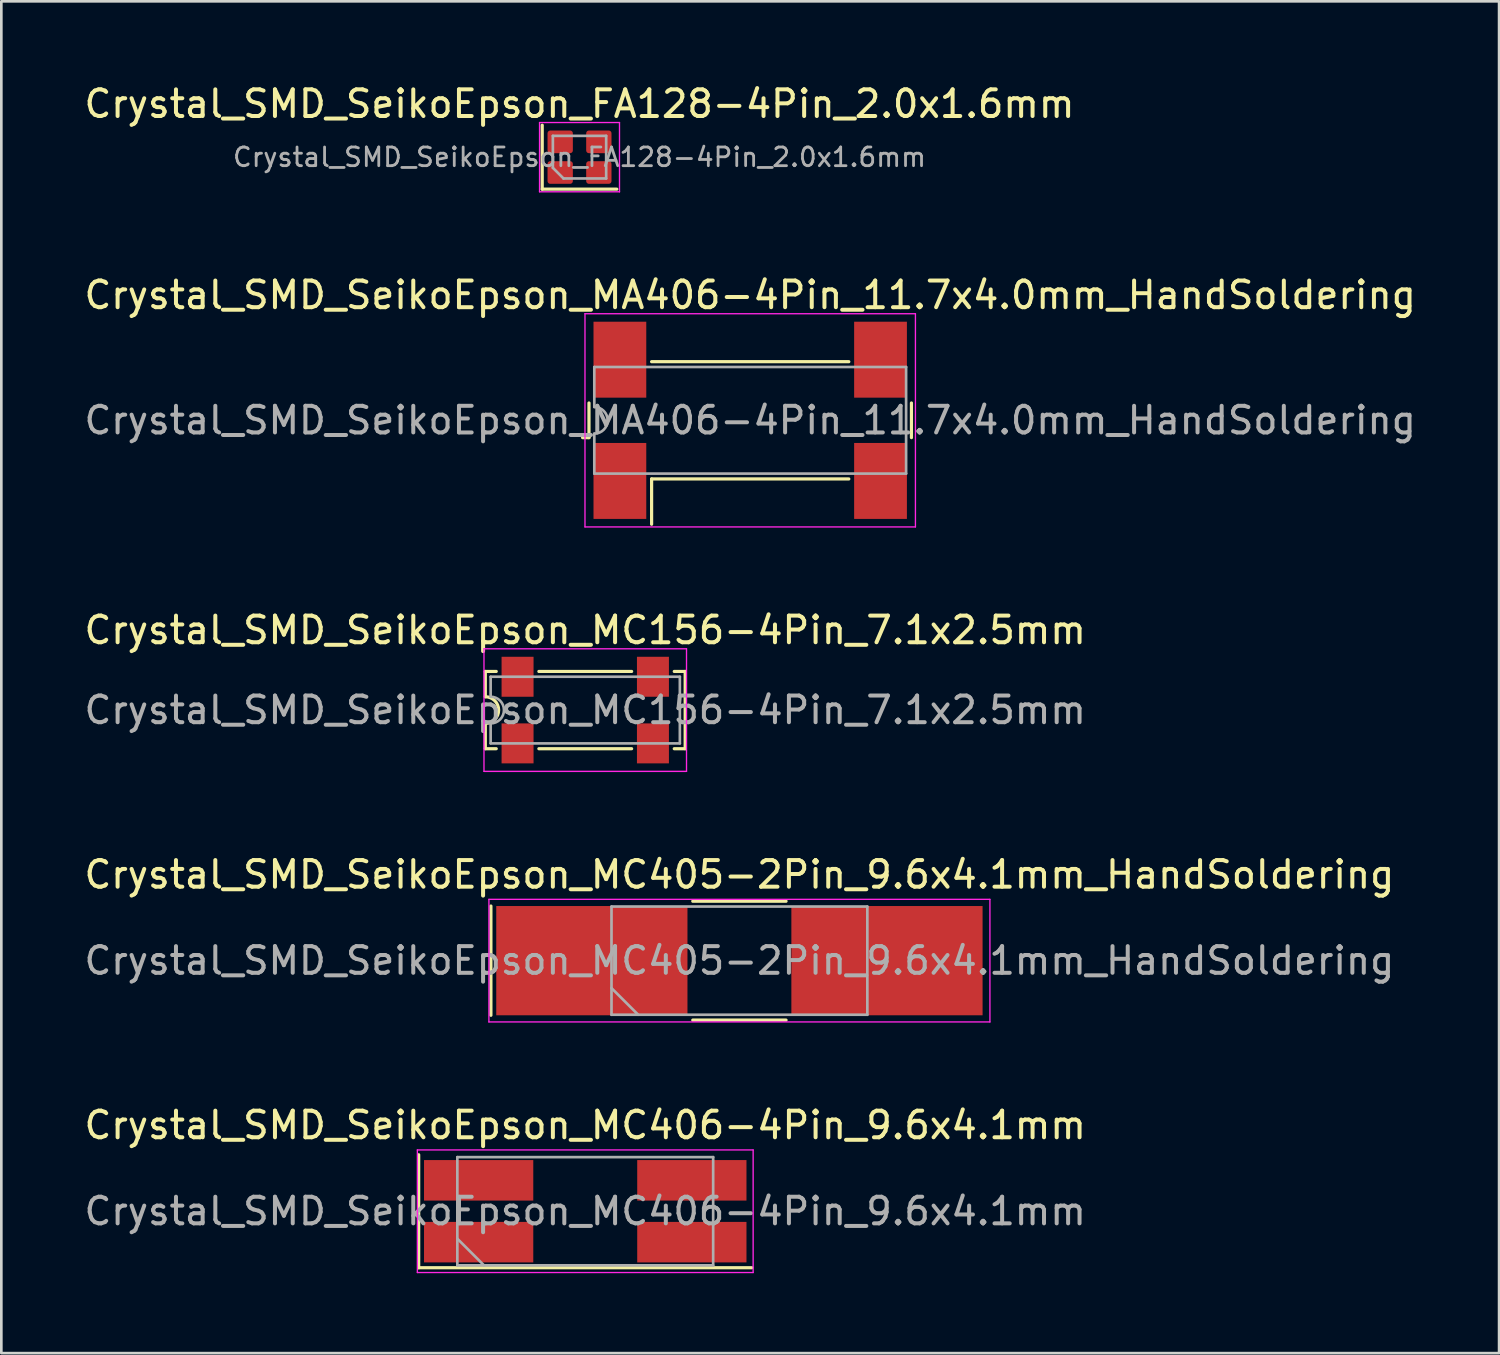
<source format=kicad_pcb>
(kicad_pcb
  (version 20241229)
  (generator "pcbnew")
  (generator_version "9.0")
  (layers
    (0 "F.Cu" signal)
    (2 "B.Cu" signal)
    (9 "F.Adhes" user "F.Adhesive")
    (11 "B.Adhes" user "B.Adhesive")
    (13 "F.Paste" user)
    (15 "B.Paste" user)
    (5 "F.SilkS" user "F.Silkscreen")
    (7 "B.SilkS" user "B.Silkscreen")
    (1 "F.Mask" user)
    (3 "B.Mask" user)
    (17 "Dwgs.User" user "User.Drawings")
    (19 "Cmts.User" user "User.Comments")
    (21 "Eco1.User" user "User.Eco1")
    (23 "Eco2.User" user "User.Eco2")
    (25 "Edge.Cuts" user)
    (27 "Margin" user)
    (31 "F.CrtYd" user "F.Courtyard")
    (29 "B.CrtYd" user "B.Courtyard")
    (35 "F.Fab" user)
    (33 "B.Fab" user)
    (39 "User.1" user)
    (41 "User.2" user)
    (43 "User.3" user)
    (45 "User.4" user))
  (footprint "Crystal_SMD_SeikoEpson_MC156-4Pin_7.1x2.5mm"
    (layer "F.Cu")
    (at 18.911 23.595)
    (property "Reference" "Crystal_SMD_SeikoEpson_MC156-4Pin_7.1x2.5mm" (at 0 -3 0) (layer "F.SilkS") (effects (font (size 1 1) (thickness 0.15))))
    (attr smd)
    (fp_line (start -3.75 -1.45) (end -3.34 -1.45) (stroke (width 0.12) (type solid)) (layer "F.SilkS"))
    (fp_line (start -3.75 -0.5) (end -3.75 -1.45) (stroke (width 0.12) (type solid)) (layer "F.SilkS"))
    (fp_line (start -3.75 1.45) (end -3.75 0.5) (stroke (width 0.12) (type solid)) (layer "F.SilkS"))
    (fp_line (start -3.75 1.45) (end -3.34 1.45) (stroke (width 0.12) (type solid)) (layer "F.SilkS"))
    (fp_line (start -1.74 -1.45) (end 1.74 -1.45) (stroke (width 0.12) (type solid)) (layer "F.SilkS"))
    (fp_line (start 1.74 1.45) (end -1.74 1.45) (stroke (width 0.12) (type solid)) (layer "F.SilkS"))
    (fp_line (start 3.34 -1.45) (end 3.75 -1.45) (stroke (width 0.12) (type solid)) (layer "F.SilkS"))
    (fp_line (start 3.75 -1.45) (end 3.75 1.45) (stroke (width 0.12) (type solid)) (layer "F.SilkS"))
    (fp_line (start 3.75 1.45) (end 3.34 1.45) (stroke (width 0.12) (type solid)) (layer "F.SilkS"))
    (fp_arc (start -3.75 -0.5) (mid -3.25 0) (end -3.75 0.5) (stroke (width 0.12) (type solid)) (layer "F.SilkS"))
    (fp_line (start -3.8 -2.3) (end -3.8 2.3) (stroke (width 0.05) (type solid)) (layer "F.CrtYd"))
    (fp_line (start -3.8 2.3) (end 3.8 2.3) (stroke (width 0.05) (type solid)) (layer "F.CrtYd"))
    (fp_line (start 3.8 -2.3) (end -3.8 -2.3) (stroke (width 0.05) (type solid)) (layer "F.CrtYd"))
    (fp_line (start 3.8 2.3) (end 3.8 -2.3) (stroke (width 0.05) (type solid)) (layer "F.CrtYd"))
    (fp_line (start -3.55 -1.25) (end 3.55 -1.25) (stroke (width 0.1) (type solid)) (layer "F.Fab"))
    (fp_line (start -3.55 -0.5) (end -3.55 -1.25) (stroke (width 0.1) (type solid)) (layer "F.Fab"))
    (fp_line (start -3.55 1.25) (end -3.55 0.5) (stroke (width 0.1) (type solid)) (layer "F.Fab"))
    (fp_line (start 3.55 -1.25) (end 3.55 1.25) (stroke (width 0.1) (type solid)) (layer "F.Fab"))
    (fp_line (start 3.55 1.25) (end -3.55 1.25) (stroke (width 0.1) (type solid)) (layer "F.Fab"))
    (fp_arc (start -3.55 -0.5) (mid -3.05 0) (end -3.55 0.5) (stroke (width 0.1) (type solid)) (layer "F.Fab"))
    (fp_text user "${REFERENCE}" (at 0 0 0) (layer "F.Fab") (effects (font (size 1 1) (thickness 0.15))))
    (pad "1" smd rect (at -2.54 1.25) (size 1.2 1.5) (layers "F.Cu" "F.Mask" "F.Paste"))
    (pad "2" smd rect (at 2.54 1.25) (size 1.2 1.5) (layers "F.Cu" "F.Mask" "F.Paste"))
    (pad "3" smd rect (at 2.54 -1.25) (size 1.2 1.5) (layers "F.Cu" "F.Mask" "F.Paste"))
    (pad "4" smd rect (at -2.54 -1.25) (size 1.2 1.5) (layers "F.Cu" "F.Mask" "F.Paste")))
  (footprint "Crystal_SMD_SeikoEpson_MC406-4Pin_9.6x4.1mm"
    (layer "F.Cu")
    (at 18.911 42.401)
    (property "Reference" "Crystal_SMD_SeikoEpson_MC406-4Pin_9.6x4.1mm" (at 0 -3.23 0) (layer "F.SilkS") (effects (font (size 1 1) (thickness 0.15))))
    (attr smd)
    (fp_line (start -6.25 -2.12) (end -6.25 2.12) (stroke (width 0.12) (type solid)) (layer "F.SilkS"))
    (fp_line (start -6.25 2.12) (end 6.25 2.12) (stroke (width 0.12) (type solid)) (layer "F.SilkS"))
    (fp_line (start -6.3 -2.3) (end -6.3 2.3) (stroke (width 0.05) (type solid)) (layer "F.CrtYd"))
    (fp_line (start -6.3 2.3) (end 6.3 2.3) (stroke (width 0.05) (type solid)) (layer "F.CrtYd"))
    (fp_line (start 6.3 -2.3) (end -6.3 -2.3) (stroke (width 0.05) (type solid)) (layer "F.CrtYd"))
    (fp_line (start 6.3 2.3) (end 6.3 -2.3) (stroke (width 0.05) (type solid)) (layer "F.CrtYd"))
    (fp_line (start -4.8 -2.03) (end -4.8 2.03) (stroke (width 0.1) (type solid)) (layer "F.Fab"))
    (fp_line (start -4.8 1.03) (end -3.8 2.03) (stroke (width 0.1) (type solid)) (layer "F.Fab"))
    (fp_line (start -4.8 2.03) (end 4.8 2.03) (stroke (width 0.1) (type solid)) (layer "F.Fab"))
    (fp_line (start 4.8 -2.03) (end -4.8 -2.03) (stroke (width 0.1) (type solid)) (layer "F.Fab"))
    (fp_line (start 4.8 2.03) (end 4.8 -2.03) (stroke (width 0.1) (type solid)) (layer "F.Fab"))
    (fp_text user "${REFERENCE}" (at 0 0 0) (layer "F.Fab") (effects (font (size 1 1) (thickness 0.15))))
    (pad "1" smd rect (at -4 1.16) (size 4.1 1.52) (layers "F.Cu" "F.Mask" "F.Paste"))
    (pad "2" smd rect (at 4 1.16) (size 4.1 1.52) (layers "F.Cu" "F.Mask" "F.Paste"))
    (pad "3" smd rect (at 4 -1.16) (size 4.1 1.52) (layers "F.Cu" "F.Mask" "F.Paste"))
    (pad "4" smd rect (at -4 -1.16) (size 4.1 1.52) (layers "F.Cu" "F.Mask" "F.Paste")))
  (footprint "Crystal_SMD_SeikoEpson_MC405-2Pin_9.6x4.1mm_HandSoldering"
    (layer "F.Cu")
    (at 24.696 32.998)
    (property "Reference" "Crystal_SMD_SeikoEpson_MC405-2Pin_9.6x4.1mm_HandSoldering" (at 0 -3.23 0) (layer "F.SilkS") (effects (font (size 1 1) (thickness 0.15))))
    (attr smd)
    (fp_line (start -9.325 -2.05) (end -9.325 2.05) (stroke (width 0.12) (type solid)) (layer "F.SilkS"))
    (fp_line (start -1.75 -2.23) (end 1.75 -2.23) (stroke (width 0.12) (type solid)) (layer "F.SilkS"))
    (fp_line (start -1.75 2.23) (end 1.75 2.23) (stroke (width 0.12) (type solid)) (layer "F.SilkS"))
    (fp_line (start -9.4 -2.3) (end -9.4 2.3) (stroke (width 0.05) (type solid)) (layer "F.CrtYd"))
    (fp_line (start -9.4 2.3) (end 9.4 2.3) (stroke (width 0.05) (type solid)) (layer "F.CrtYd"))
    (fp_line (start 9.4 -2.3) (end -9.4 -2.3) (stroke (width 0.05) (type solid)) (layer "F.CrtYd"))
    (fp_line (start 9.4 2.3) (end 9.4 -2.3) (stroke (width 0.05) (type solid)) (layer "F.CrtYd"))
    (fp_line (start -4.8 -2.03) (end -4.8 2.03) (stroke (width 0.1) (type solid)) (layer "F.Fab"))
    (fp_line (start -4.8 1.03) (end -3.8 2.03) (stroke (width 0.1) (type solid)) (layer "F.Fab"))
    (fp_line (start -4.8 2.03) (end 4.8 2.03) (stroke (width 0.1) (type solid)) (layer "F.Fab"))
    (fp_line (start 4.8 -2.03) (end -4.8 -2.03) (stroke (width 0.1) (type solid)) (layer "F.Fab"))
    (fp_line (start 4.8 2.03) (end 4.8 -2.03) (stroke (width 0.1) (type solid)) (layer "F.Fab"))
    (fp_text user "${REFERENCE}" (at 0 0 0) (layer "F.Fab") (effects (font (size 1 1) (thickness 0.15))))
    (pad "1" smd rect (at -5.537 0) (size 7.175 4.1) (layers "F.Cu" "F.Mask" "F.Paste"))
    (pad "2" smd rect (at 5.537 0) (size 7.175 4.1) (layers "F.Cu" "F.Mask" "F.Paste")))
  (footprint "Crystal_SMD_SeikoEpson_MA406-4Pin_11.7x4.0mm_HandSoldering"
    (layer "F.Cu")
    (at 25.101 12.722)
    (property "Reference" "Crystal_SMD_SeikoEpson_MA406-4Pin_11.7x4.0mm_HandSoldering" (at 0 -4.7 0) (layer "F.SilkS") (effects (font (size 1 1) (thickness 0.15))))
    (attr smd)
    (fp_line (start -6.29 0.65) (end -6.05 0.65) (stroke (width 0.12) (type solid)) (layer "F.SilkS"))
    (fp_line (start -6.05 0.65) (end -6.05 -0.65) (stroke (width 0.12) (type solid)) (layer "F.SilkS"))
    (fp_line (start -3.7 -2.2) (end 3.7 -2.2) (stroke (width 0.12) (type solid)) (layer "F.SilkS"))
    (fp_line (start -3.7 2.2) (end -3.7 3.9) (stroke (width 0.12) (type solid)) (layer "F.SilkS"))
    (fp_line (start 3.7 2.2) (end -3.7 2.2) (stroke (width 0.12) (type solid)) (layer "F.SilkS"))
    (fp_line (start 6.05 -0.65) (end 6.05 0.65) (stroke (width 0.12) (type solid)) (layer "F.SilkS"))
    (fp_line (start -6.2 -4) (end -6.2 4) (stroke (width 0.05) (type solid)) (layer "F.CrtYd"))
    (fp_line (start -6.2 4) (end 6.2 4) (stroke (width 0.05) (type solid)) (layer "F.CrtYd"))
    (fp_line (start 6.2 -4) (end -6.2 -4) (stroke (width 0.05) (type solid)) (layer "F.CrtYd"))
    (fp_line (start 6.2 4) (end 6.2 -4) (stroke (width 0.05) (type solid)) (layer "F.CrtYd"))
    (fp_line (start -5.85 -2) (end 5.85 -2) (stroke (width 0.1) (type solid)) (layer "F.Fab"))
    (fp_line (start -5.85 -0.5) (end -5.85 -2) (stroke (width 0.1) (type solid)) (layer "F.Fab"))
    (fp_line (start -5.85 2) (end -5.85 0.5) (stroke (width 0.1) (type solid)) (layer "F.Fab"))
    (fp_line (start 5.85 -2) (end 5.85 2) (stroke (width 0.1) (type solid)) (layer "F.Fab"))
    (fp_line (start 5.85 2) (end -5.85 2) (stroke (width 0.1) (type solid)) (layer "F.Fab"))
    (fp_arc (start -5.85 -0.5) (mid -5.35 0) (end -5.85 0.5) (stroke (width 0.1) (type solid)) (layer "F.Fab"))
    (fp_text user "${REFERENCE}" (at 0 0 0) (layer "F.Fab") (effects (font (size 1 1) (thickness 0.15))))
    (pad "1" smd rect (at -4.89 2.275) (size 1.98 2.85) (layers "F.Cu" "F.Mask" "F.Paste"))
    (pad "2" smd rect (at 4.89 2.275) (size 1.98 2.85) (layers "F.Cu" "F.Mask" "F.Paste"))
    (pad "3" smd rect (at 4.89 -2.275) (size 1.98 2.85) (layers "F.Cu" "F.Mask" "F.Paste"))
    (pad "4" smd rect (at -4.89 -2.275) (size 1.98 2.85) (layers "F.Cu" "F.Mask" "F.Paste")))
  (footprint "Crystal_SMD_SeikoEpson_FA128-4Pin_2.0x1.6mm"
    (layer "F.Cu")
    (at 18.696 2.848)
    (property "Reference" "Crystal_SMD_SeikoEpson_FA128-4Pin_2.0x1.6mm" (at 0 -2 0) (layer "F.SilkS") (effects (font (size 1 1) (thickness 0.15))))
    (attr smd)
    (fp_line (start -1.4 -1.2) (end -1.4 1.2) (stroke (width 0.12) (type solid)) (layer "F.SilkS"))
    (fp_line (start -1.4 1.2) (end 1.4 1.2) (stroke (width 0.12) (type solid)) (layer "F.SilkS"))
    (fp_line (start -1.5 -1.3) (end -1.5 1.3) (stroke (width 0.05) (type solid)) (layer "F.CrtYd"))
    (fp_line (start -1.5 1.3) (end 1.5 1.3) (stroke (width 0.05) (type solid)) (layer "F.CrtYd"))
    (fp_line (start 1.5 -1.3) (end -1.5 -1.3) (stroke (width 0.05) (type solid)) (layer "F.CrtYd"))
    (fp_line (start 1.5 1.3) (end 1.5 -1.3) (stroke (width 0.05) (type solid)) (layer "F.CrtYd"))
    (fp_line (start -1 -0.8) (end 1 -0.8) (stroke (width 0.1) (type solid)) (layer "F.Fab"))
    (fp_line (start -1 0.4) (end -1 -0.8) (stroke (width 0.1) (type solid)) (layer "F.Fab"))
    (fp_line (start -1 0.4) (end -0.6 0.8) (stroke (width 0.1) (type solid)) (layer "F.Fab"))
    (fp_line (start 1 -0.8) (end 1 0.8) (stroke (width 0.1) (type solid)) (layer "F.Fab"))
    (fp_line (start 1 0.8) (end -0.6 0.8) (stroke (width 0.1) (type solid)) (layer "F.Fab"))
    (fp_text user "${REFERENCE}" (at 0 0 0) (layer "F.Fab") (effects (font (size 0.7 0.7) (thickness 0.105))))
    (pad "1" smd roundrect (at -0.725 0.575) (size 0.95 0.85) (layers "F.Cu" "F.Mask" "F.Paste") (roundrect_rratio 0.12))
    (pad "2" smd roundrect (at 0.725 0.575) (size 0.95 0.85) (layers "F.Cu" "F.Mask" "F.Paste") (roundrect_rratio 0.12))
    (pad "3" smd roundrect (at 0.725 -0.575) (size 0.95 0.85) (layers "F.Cu" "F.Mask" "F.Paste") (roundrect_rratio 0.12))
    (pad "4" smd roundrect (at -0.725 -0.575) (size 0.95 0.85) (layers "F.Cu" "F.Mask" "F.Paste") (roundrect_rratio 0.12)))
  (gr_rect
    (start -3 -3)
    (end 53.202 47.726)
    (stroke (width 0.1) (type default))
    (fill no)
    (layer "Edge.Cuts")))
</source>
